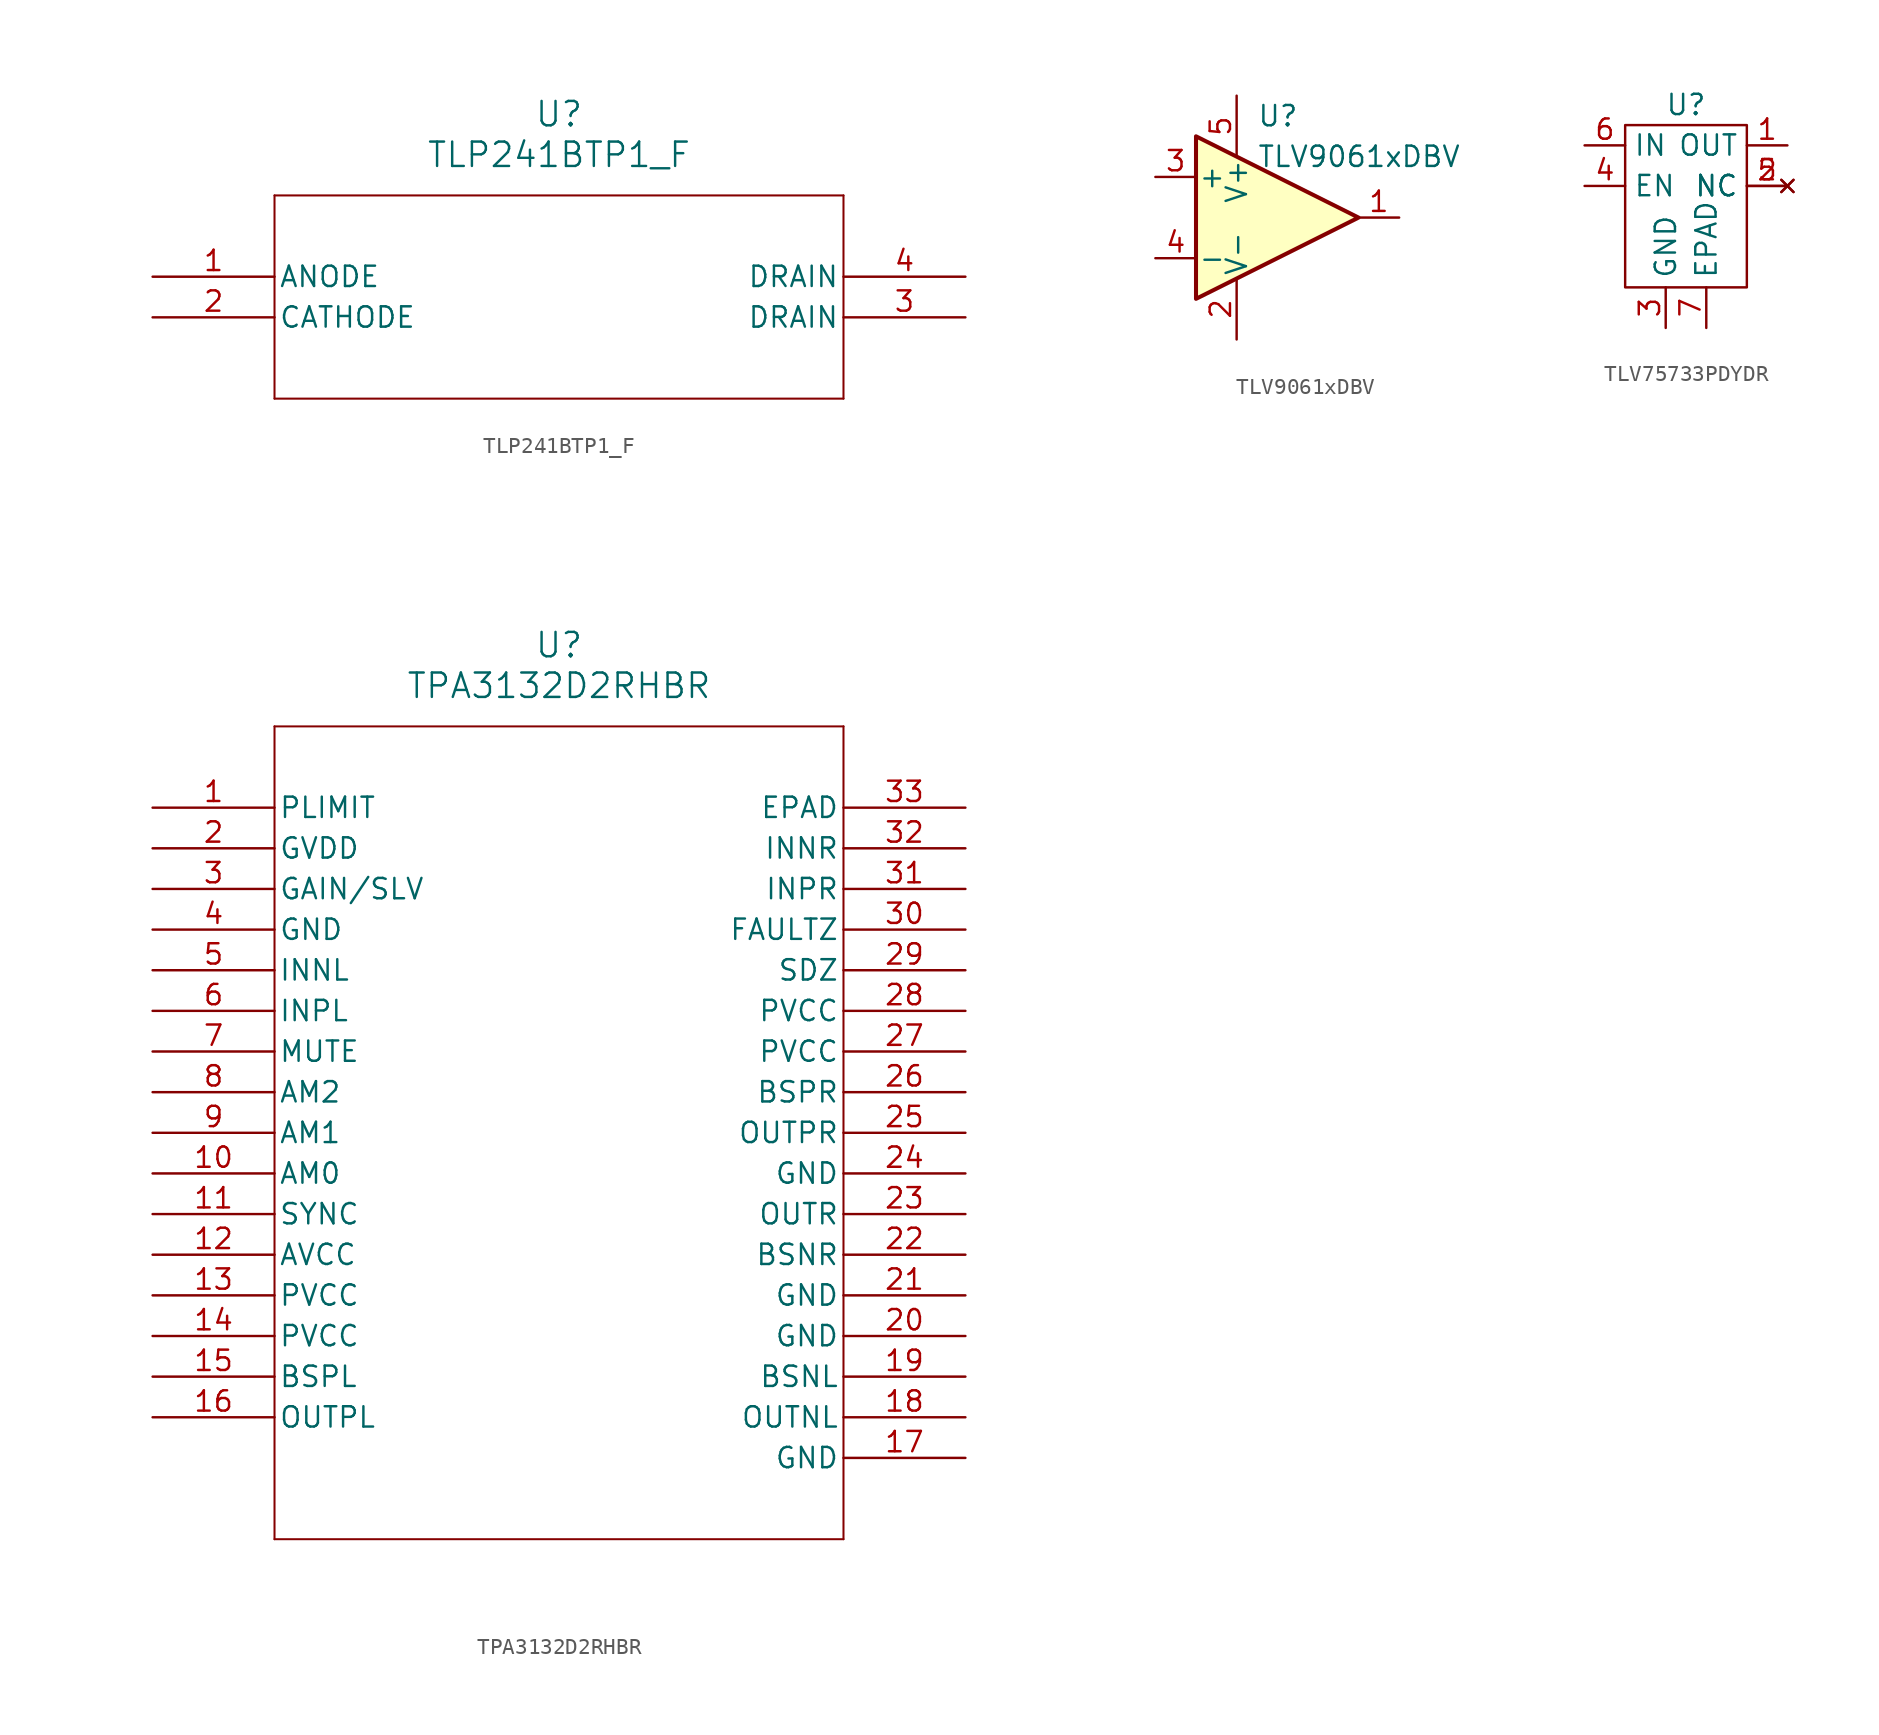
<source format=kicad_sym>
(kicad_symbol_lib
  (version 20231120)
  (generator "kicad_symbol_editor")
  (generator_version "8.0")
  (symbol "TLP241BTP1_F"
    (pin_names
      (offset 0.254))
    (property "Reference" "U"
      (at 25.4 10.16 0)
      (effects (font (size 1.524 1.524))))
    (property "Value" "TLP241BTP1_F"
      (at 25.4 7.62 0)
      (effects (font (size 1.524 1.524))))
    (property "ki_locked" ""
      (at 0 0 0)
      (effects (font (size 1.27 1.27))))
    (symbol "TLP241BTP1_F_0_1"
      (polyline (pts (xy 7.62 -7.62) (xy 43.18 -7.62)) (stroke (width 0.127) (type default)) (fill (type none)))
      (polyline (pts (xy 7.62 5.08) (xy 7.62 -7.62)) (stroke (width 0.127) (type default)) (fill (type none)))
      (polyline (pts (xy 43.18 -7.62) (xy 43.18 5.08)) (stroke (width 0.127) (type default)) (fill (type none)))
      (polyline (pts (xy 43.18 5.08) (xy 7.62 5.08)) (stroke (width 0.127) (type default)) (fill (type none)))
      (pin unspecified line (at 0 0 0) (length 7.62) (name "ANODE" (effects (font (size 1.27 1.27)))) (number "1" (effects (font (size 1.27 1.27)))))
      (pin unspecified line (at 0 -2.54 0) (length 7.62) (name "CATHODE" (effects (font (size 1.27 1.27)))) (number "2" (effects (font (size 1.27 1.27)))))
      (pin unspecified line (at 50.8 -2.54 180) (length 7.62) (name "DRAIN" (effects (font (size 1.27 1.27)))) (number "3" (effects (font (size 1.27 1.27)))))
      (pin unspecified line (at 50.8 0 180) (length 7.62) (name "DRAIN" (effects (font (size 1.27 1.27)))) (number "4" (effects (font (size 1.27 1.27)))))))
  (symbol "TLV9061xDBV"
    (pin_names
      (offset 0.127))
    (property "Reference" "U"
      (at -1.27 6.35 0)
      (effects (font (size 1.27 1.27)) (justify left)))
    (property "Value" "TLV9061xDBV"
      (at -1.27 3.81 0)
      (effects (font (size 1.27 1.27)) (justify left)))
    (symbol "TLV9061xDBV_0_1"
      (polyline (pts (xy -5.08 5.08) (xy 5.08 0) (xy -5.08 -5.08) (xy -5.08 5.08)) (stroke (width 0.254) (type default)) (fill (type background)))
      (pin power_in line (at -2.54 -7.62 90) (length 3.81) (name "V-" (effects (font (size 1.27 1.27)))) (number "2" (effects (font (size 1.27 1.27)))))
      (pin power_in line (at -2.54 7.62 270) (length 3.81) (name "V+" (effects (font (size 1.27 1.27)))) (number "5" (effects (font (size 1.27 1.27))))))
    (symbol "TLV9061xDBV_1_1"
      (pin output line (at 7.62 0 180) (length 2.54) (name "~" (effects (font (size 1.27 1.27)))) (number "1" (effects (font (size 1.27 1.27)))))
      (pin input line (at -7.62 2.54 0) (length 2.54) (name "+" (effects (font (size 1.27 1.27)))) (number "3" (effects (font (size 1.27 1.27)))))
      (pin input line (at -7.62 -2.54 0) (length 2.54) (name "-" (effects (font (size 1.27 1.27)))) (number "4" (effects (font (size 1.27 1.27)))))))
  (symbol "TLV75733PDYDR"
    (property "Reference" "U"
      (at 0 6.35 0)
      (effects (font (size 1.27 1.27))))
    (property "Value" ""
      (at 0 0 0)
      (effects (font (size 1.27 1.27))))
    (symbol "TLV75733PDYDR_0_1"
      (rectangle (start -3.81 5.08) (end 3.81 -5.08) (stroke (width 0) (type default)) (fill (type none))))
    (symbol "TLV75733PDYDR_1_1"
      (pin power_out line (at 6.35 3.81 180) (length 2.54) (name "OUT" (effects (font (size 1.27 1.27)))) (number "1" (effects (font (size 1.27 1.27)))))
      (pin no_connect line (at 6.35 1.27 180) (length 2.54) (name "NC" (effects (font (size 1.27 1.27)))) (number "2" (effects (font (size 1.27 1.27)))))
      (pin power_in line (at -1.27 -7.62 90) (length 2.54) (name "GND" (effects (font (size 1.27 1.27)))) (number "3" (effects (font (size 1.27 1.27)))))
      (pin input line (at -6.35 1.27 0) (length 2.54) (name "EN" (effects (font (size 1.27 1.27)))) (number "4" (effects (font (size 1.27 1.27)))))
      (pin no_connect line (at 6.35 1.27 180) (length 2.54) (name "NC" (effects (font (size 1.27 1.27)))) (number "5" (effects (font (size 1.27 1.27)))))
      (pin power_in line (at -6.35 3.81 0) (length 2.54) (name "IN" (effects (font (size 1.27 1.27)))) (number "6" (effects (font (size 1.27 1.27)))))
      (pin unspecified line (at 1.27 -7.62 90) (length 2.54) (name "EPAD" (effects (font (size 1.27 1.27)))) (number "7" (effects (font (size 1.27 1.27)))))))
  (symbol "TPA3132D2RHBR"
    (pin_names
      (offset 0.254))
    (property "Reference" "U"
      (at 25.4 10.16 0)
      (effects (font (size 1.524 1.524))))
    (property "Value" "TPA3132D2RHBR"
      (at 25.4 7.62 0)
      (effects (font (size 1.524 1.524))))
    (property "ki_locked" ""
      (at 0 0 0)
      (effects (font (size 1.27 1.27))))
    (symbol "TPA3132D2RHBR_0_1"
      (polyline (pts (xy 7.62 -45.72) (xy 43.18 -45.72)) (stroke (width 0.127) (type default)) (fill (type none)))
      (polyline (pts (xy 7.62 5.08) (xy 7.62 -45.72)) (stroke (width 0.127) (type default)) (fill (type none)))
      (polyline (pts (xy 43.18 -45.72) (xy 43.18 5.08)) (stroke (width 0.127) (type default)) (fill (type none)))
      (polyline (pts (xy 43.18 5.08) (xy 7.62 5.08)) (stroke (width 0.127) (type default)) (fill (type none)))
      (pin input line (at 0 0 0) (length 7.62) (name "PLIMIT" (effects (font (size 1.27 1.27)))) (number "1" (effects (font (size 1.27 1.27)))))
      (pin input line (at 0 -22.86 0) (length 7.62) (name "AM0" (effects (font (size 1.27 1.27)))) (number "10" (effects (font (size 1.27 1.27)))))
      (pin bidirectional line (at 0 -25.4 0) (length 7.62) (name "SYNC" (effects (font (size 1.27 1.27)))) (number "11" (effects (font (size 1.27 1.27)))))
      (pin power_in line (at 0 -27.94 0) (length 7.62) (name "AVCC" (effects (font (size 1.27 1.27)))) (number "12" (effects (font (size 1.27 1.27)))))
      (pin power_in line (at 0 -30.48 0) (length 7.62) (name "PVCC" (effects (font (size 1.27 1.27)))) (number "13" (effects (font (size 1.27 1.27)))))
      (pin power_in line (at 0 -33.02 0) (length 7.62) (name "PVCC" (effects (font (size 1.27 1.27)))) (number "14" (effects (font (size 1.27 1.27)))))
      (pin output line (at 0 -35.56 0) (length 7.62) (name "BSPL" (effects (font (size 1.27 1.27)))) (number "15" (effects (font (size 1.27 1.27)))))
      (pin output line (at 0 -38.1 0) (length 7.62) (name "OUTPL" (effects (font (size 1.27 1.27)))) (number "16" (effects (font (size 1.27 1.27)))))
      (pin power_in line (at 50.8 -40.64 180) (length 7.62) (name "GND" (effects (font (size 1.27 1.27)))) (number "17" (effects (font (size 1.27 1.27)))))
      (pin output line (at 50.8 -38.1 180) (length 7.62) (name "OUTNL" (effects (font (size 1.27 1.27)))) (number "18" (effects (font (size 1.27 1.27)))))
      (pin output line (at 50.8 -35.56 180) (length 7.62) (name "BSNL" (effects (font (size 1.27 1.27)))) (number "19" (effects (font (size 1.27 1.27)))))
      (pin output line (at 0 -2.54 0) (length 7.62) (name "GVDD" (effects (font (size 1.27 1.27)))) (number "2" (effects (font (size 1.27 1.27)))))
      (pin power_in line (at 50.8 -33.02 180) (length 7.62) (name "GND" (effects (font (size 1.27 1.27)))) (number "20" (effects (font (size 1.27 1.27)))))
      (pin power_in line (at 50.8 -30.48 180) (length 7.62) (name "GND" (effects (font (size 1.27 1.27)))) (number "21" (effects (font (size 1.27 1.27)))))
      (pin output line (at 50.8 -27.94 180) (length 7.62) (name "BSNR" (effects (font (size 1.27 1.27)))) (number "22" (effects (font (size 1.27 1.27)))))
      (pin output line (at 50.8 -25.4 180) (length 7.62) (name "OUTR" (effects (font (size 1.27 1.27)))) (number "23" (effects (font (size 1.27 1.27)))))
      (pin power_in line (at 50.8 -22.86 180) (length 7.62) (name "GND" (effects (font (size 1.27 1.27)))) (number "24" (effects (font (size 1.27 1.27)))))
      (pin output line (at 50.8 -20.32 180) (length 7.62) (name "OUTPR" (effects (font (size 1.27 1.27)))) (number "25" (effects (font (size 1.27 1.27)))))
      (pin output line (at 50.8 -17.78 180) (length 7.62) (name "BSPR" (effects (font (size 1.27 1.27)))) (number "26" (effects (font (size 1.27 1.27)))))
      (pin power_in line (at 50.8 -15.24 180) (length 7.62) (name "PVCC" (effects (font (size 1.27 1.27)))) (number "27" (effects (font (size 1.27 1.27)))))
      (pin power_in line (at 50.8 -12.7 180) (length 7.62) (name "PVCC" (effects (font (size 1.27 1.27)))) (number "28" (effects (font (size 1.27 1.27)))))
      (pin input line (at 50.8 -10.16 180) (length 7.62) (name "SDZ" (effects (font (size 1.27 1.27)))) (number "29" (effects (font (size 1.27 1.27)))))
      (pin input line (at 0 -5.08 0) (length 7.62) (name "GAIN/SLV" (effects (font (size 1.27 1.27)))) (number "3" (effects (font (size 1.27 1.27)))))
      (pin output line (at 50.8 -7.62 180) (length 7.62) (name "FAULTZ" (effects (font (size 1.27 1.27)))) (number "30" (effects (font (size 1.27 1.27)))))
      (pin input line (at 50.8 -5.08 180) (length 7.62) (name "INPR" (effects (font (size 1.27 1.27)))) (number "31" (effects (font (size 1.27 1.27)))))
      (pin input line (at 50.8 -2.54 180) (length 7.62) (name "INNR" (effects (font (size 1.27 1.27)))) (number "32" (effects (font (size 1.27 1.27)))))
      (pin unspecified line (at 50.8 0 180) (length 7.62) (name "EPAD" (effects (font (size 1.27 1.27)))) (number "33" (effects (font (size 1.27 1.27)))))
      (pin power_in line (at 0 -7.62 0) (length 7.62) (name "GND" (effects (font (size 1.27 1.27)))) (number "4" (effects (font (size 1.27 1.27)))))
      (pin input line (at 0 -10.16 0) (length 7.62) (name "INNL" (effects (font (size 1.27 1.27)))) (number "5" (effects (font (size 1.27 1.27)))))
      (pin input line (at 0 -12.7 0) (length 7.62) (name "INPL" (effects (font (size 1.27 1.27)))) (number "6" (effects (font (size 1.27 1.27)))))
      (pin input line (at 0 -15.24 0) (length 7.62) (name "MUTE" (effects (font (size 1.27 1.27)))) (number "7" (effects (font (size 1.27 1.27)))))
      (pin input line (at 0 -17.78 0) (length 7.62) (name "AM2" (effects (font (size 1.27 1.27)))) (number "8" (effects (font (size 1.27 1.27)))))
      (pin input line (at 0 -20.32 0) (length 7.62) (name "AM1" (effects (font (size 1.27 1.27)))) (number "9" (effects (font (size 1.27 1.27))))))))
</source>
